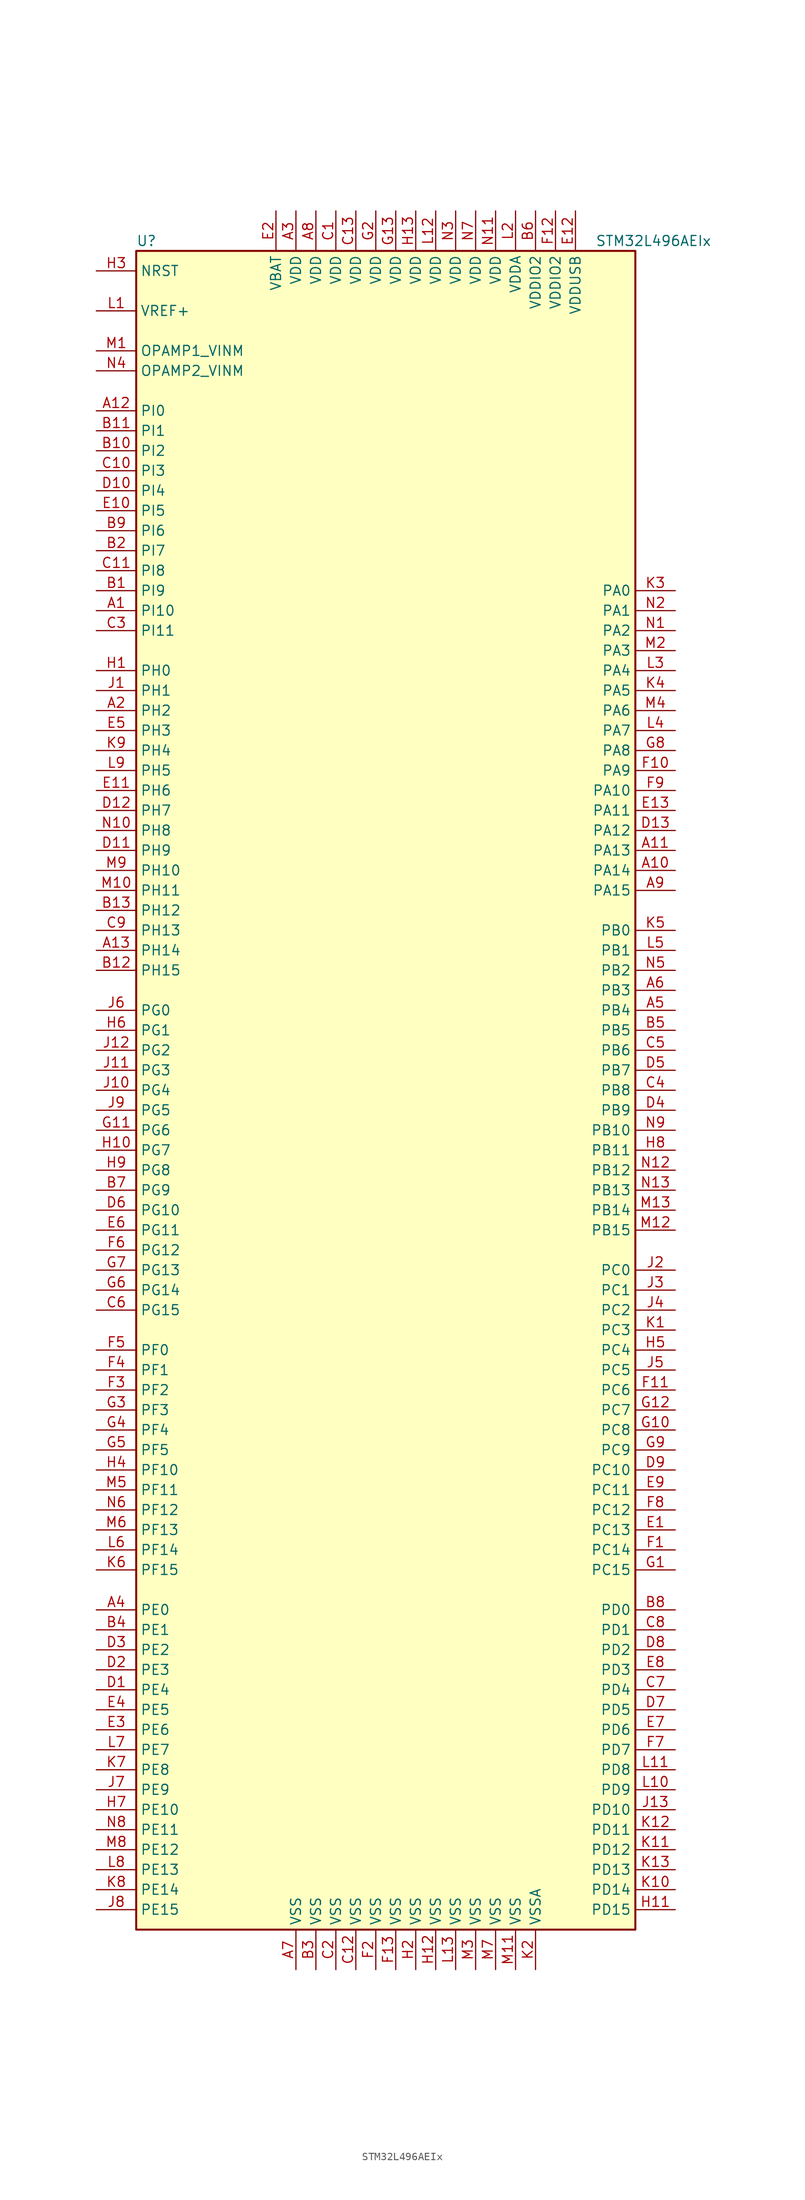
<source format=kicad_sym>
(kicad_symbol_lib
  (version 20201005)
  (generator kicad_symbol_editor)
  (symbol "STM32L496AEIx"
    (property "Reference" "U"
      (at -33.02 107.95 0)
      (effects (font (size 1.27 1.27)) (justify left)))
    (property "Value" "STM32L496AEIx"
      (at 25.4 107.95 0)
      (effects (font (size 1.27 1.27)) (justify left)))
    (symbol "STM32L496AEIx_0_1"
      (rectangle (start -33.02 -106.68) (end 30.48 106.68) (stroke (width 0.254)) (fill (type background))))
    (symbol "STM32L496AEIx_1_1"
      (pin input line (at -38.1 104.14 0) (length 5.08) (name "NRST" (effects (font (size 1.27 1.27)))) (number "H3" (effects (font (size 1.27 1.27)))))
      (pin bidirectional line (at -38.1 93.98 0) (length 5.08) (name "OPAMP1_VINM" (effects (font (size 1.27 1.27)))) (number "M1" (effects (font (size 1.27 1.27)))))
      (pin bidirectional line (at -38.1 91.44 0) (length 5.08) (name "OPAMP2_VINM" (effects (font (size 1.27 1.27)))) (number "N4" (effects (font (size 1.27 1.27)))))
      (pin bidirectional line (at 35.56 63.5 180) (length 5.08) (name "PA0" (effects (font (size 1.27 1.27)))) (number "K3" (effects (font (size 1.27 1.27)))))
      (pin bidirectional line (at 35.56 60.96 180) (length 5.08) (name "PA1" (effects (font (size 1.27 1.27)))) (number "N2" (effects (font (size 1.27 1.27)))))
      (pin bidirectional line (at 35.56 38.1 180) (length 5.08) (name "PA10" (effects (font (size 1.27 1.27)))) (number "F9" (effects (font (size 1.27 1.27)))))
      (pin bidirectional line (at 35.56 35.56 180) (length 5.08) (name "PA11" (effects (font (size 1.27 1.27)))) (number "E13" (effects (font (size 1.27 1.27)))))
      (pin bidirectional line (at 35.56 33.02 180) (length 5.08) (name "PA12" (effects (font (size 1.27 1.27)))) (number "D13" (effects (font (size 1.27 1.27)))))
      (pin bidirectional line (at 35.56 30.48 180) (length 5.08) (name "PA13" (effects (font (size 1.27 1.27)))) (number "A11" (effects (font (size 1.27 1.27)))))
      (pin bidirectional line (at 35.56 27.94 180) (length 5.08) (name "PA14" (effects (font (size 1.27 1.27)))) (number "A10" (effects (font (size 1.27 1.27)))))
      (pin bidirectional line (at 35.56 25.4 180) (length 5.08) (name "PA15" (effects (font (size 1.27 1.27)))) (number "A9" (effects (font (size 1.27 1.27)))))
      (pin bidirectional line (at 35.56 58.42 180) (length 5.08) (name "PA2" (effects (font (size 1.27 1.27)))) (number "N1" (effects (font (size 1.27 1.27)))))
      (pin bidirectional line (at 35.56 55.88 180) (length 5.08) (name "PA3" (effects (font (size 1.27 1.27)))) (number "M2" (effects (font (size 1.27 1.27)))))
      (pin bidirectional line (at 35.56 53.34 180) (length 5.08) (name "PA4" (effects (font (size 1.27 1.27)))) (number "L3" (effects (font (size 1.27 1.27)))))
      (pin bidirectional line (at 35.56 50.8 180) (length 5.08) (name "PA5" (effects (font (size 1.27 1.27)))) (number "K4" (effects (font (size 1.27 1.27)))))
      (pin bidirectional line (at 35.56 48.26 180) (length 5.08) (name "PA6" (effects (font (size 1.27 1.27)))) (number "M4" (effects (font (size 1.27 1.27)))))
      (pin bidirectional line (at 35.56 45.72 180) (length 5.08) (name "PA7" (effects (font (size 1.27 1.27)))) (number "L4" (effects (font (size 1.27 1.27)))))
      (pin bidirectional line (at 35.56 43.18 180) (length 5.08) (name "PA8" (effects (font (size 1.27 1.27)))) (number "G8" (effects (font (size 1.27 1.27)))))
      (pin bidirectional line (at 35.56 40.64 180) (length 5.08) (name "PA9" (effects (font (size 1.27 1.27)))) (number "F10" (effects (font (size 1.27 1.27)))))
      (pin bidirectional line (at 35.56 20.32 180) (length 5.08) (name "PB0" (effects (font (size 1.27 1.27)))) (number "K5" (effects (font (size 1.27 1.27)))))
      (pin bidirectional line (at 35.56 17.78 180) (length 5.08) (name "PB1" (effects (font (size 1.27 1.27)))) (number "L5" (effects (font (size 1.27 1.27)))))
      (pin bidirectional line (at 35.56 -5.08 180) (length 5.08) (name "PB10" (effects (font (size 1.27 1.27)))) (number "N9" (effects (font (size 1.27 1.27)))))
      (pin bidirectional line (at 35.56 -7.62 180) (length 5.08) (name "PB11" (effects (font (size 1.27 1.27)))) (number "H8" (effects (font (size 1.27 1.27)))))
      (pin bidirectional line (at 35.56 -10.16 180) (length 5.08) (name "PB12" (effects (font (size 1.27 1.27)))) (number "N12" (effects (font (size 1.27 1.27)))))
      (pin bidirectional line (at 35.56 -12.7 180) (length 5.08) (name "PB13" (effects (font (size 1.27 1.27)))) (number "N13" (effects (font (size 1.27 1.27)))))
      (pin bidirectional line (at 35.56 -15.24 180) (length 5.08) (name "PB14" (effects (font (size 1.27 1.27)))) (number "M13" (effects (font (size 1.27 1.27)))))
      (pin bidirectional line (at 35.56 -17.78 180) (length 5.08) (name "PB15" (effects (font (size 1.27 1.27)))) (number "M12" (effects (font (size 1.27 1.27)))))
      (pin bidirectional line (at 35.56 15.24 180) (length 5.08) (name "PB2" (effects (font (size 1.27 1.27)))) (number "N5" (effects (font (size 1.27 1.27)))))
      (pin bidirectional line (at 35.56 12.7 180) (length 5.08) (name "PB3" (effects (font (size 1.27 1.27)))) (number "A6" (effects (font (size 1.27 1.27)))))
      (pin bidirectional line (at 35.56 10.16 180) (length 5.08) (name "PB4" (effects (font (size 1.27 1.27)))) (number "A5" (effects (font (size 1.27 1.27)))))
      (pin bidirectional line (at 35.56 7.62 180) (length 5.08) (name "PB5" (effects (font (size 1.27 1.27)))) (number "B5" (effects (font (size 1.27 1.27)))))
      (pin bidirectional line (at 35.56 5.08 180) (length 5.08) (name "PB6" (effects (font (size 1.27 1.27)))) (number "C5" (effects (font (size 1.27 1.27)))))
      (pin bidirectional line (at 35.56 2.54 180) (length 5.08) (name "PB7" (effects (font (size 1.27 1.27)))) (number "D5" (effects (font (size 1.27 1.27)))))
      (pin bidirectional line (at 35.56 0 180) (length 5.08) (name "PB8" (effects (font (size 1.27 1.27)))) (number "C4" (effects (font (size 1.27 1.27)))))
      (pin bidirectional line (at 35.56 -2.54 180) (length 5.08) (name "PB9" (effects (font (size 1.27 1.27)))) (number "D4" (effects (font (size 1.27 1.27)))))
      (pin bidirectional line (at 35.56 -22.86 180) (length 5.08) (name "PC0" (effects (font (size 1.27 1.27)))) (number "J2" (effects (font (size 1.27 1.27)))))
      (pin bidirectional line (at 35.56 -25.4 180) (length 5.08) (name "PC1" (effects (font (size 1.27 1.27)))) (number "J3" (effects (font (size 1.27 1.27)))))
      (pin bidirectional line (at 35.56 -48.26 180) (length 5.08) (name "PC10" (effects (font (size 1.27 1.27)))) (number "D9" (effects (font (size 1.27 1.27)))))
      (pin bidirectional line (at 35.56 -50.8 180) (length 5.08) (name "PC11" (effects (font (size 1.27 1.27)))) (number "E9" (effects (font (size 1.27 1.27)))))
      (pin bidirectional line (at 35.56 -53.34 180) (length 5.08) (name "PC12" (effects (font (size 1.27 1.27)))) (number "F8" (effects (font (size 1.27 1.27)))))
      (pin bidirectional line (at 35.56 -55.88 180) (length 5.08) (name "PC13" (effects (font (size 1.27 1.27)))) (number "E1" (effects (font (size 1.27 1.27)))))
      (pin bidirectional line (at 35.56 -58.42 180) (length 5.08) (name "PC14" (effects (font (size 1.27 1.27)))) (number "F1" (effects (font (size 1.27 1.27)))))
      (pin bidirectional line (at 35.56 -60.96 180) (length 5.08) (name "PC15" (effects (font (size 1.27 1.27)))) (number "G1" (effects (font (size 1.27 1.27)))))
      (pin bidirectional line (at 35.56 -27.94 180) (length 5.08) (name "PC2" (effects (font (size 1.27 1.27)))) (number "J4" (effects (font (size 1.27 1.27)))))
      (pin bidirectional line (at 35.56 -30.48 180) (length 5.08) (name "PC3" (effects (font (size 1.27 1.27)))) (number "K1" (effects (font (size 1.27 1.27)))))
      (pin bidirectional line (at 35.56 -33.02 180) (length 5.08) (name "PC4" (effects (font (size 1.27 1.27)))) (number "H5" (effects (font (size 1.27 1.27)))))
      (pin bidirectional line (at 35.56 -35.56 180) (length 5.08) (name "PC5" (effects (font (size 1.27 1.27)))) (number "J5" (effects (font (size 1.27 1.27)))))
      (pin bidirectional line (at 35.56 -38.1 180) (length 5.08) (name "PC6" (effects (font (size 1.27 1.27)))) (number "F11" (effects (font (size 1.27 1.27)))))
      (pin bidirectional line (at 35.56 -40.64 180) (length 5.08) (name "PC7" (effects (font (size 1.27 1.27)))) (number "G12" (effects (font (size 1.27 1.27)))))
      (pin bidirectional line (at 35.56 -43.18 180) (length 5.08) (name "PC8" (effects (font (size 1.27 1.27)))) (number "G10" (effects (font (size 1.27 1.27)))))
      (pin bidirectional line (at 35.56 -45.72 180) (length 5.08) (name "PC9" (effects (font (size 1.27 1.27)))) (number "G9" (effects (font (size 1.27 1.27)))))
      (pin bidirectional line (at 35.56 -66.04 180) (length 5.08) (name "PD0" (effects (font (size 1.27 1.27)))) (number "B8" (effects (font (size 1.27 1.27)))))
      (pin bidirectional line (at 35.56 -68.58 180) (length 5.08) (name "PD1" (effects (font (size 1.27 1.27)))) (number "C8" (effects (font (size 1.27 1.27)))))
      (pin bidirectional line (at 35.56 -91.44 180) (length 5.08) (name "PD10" (effects (font (size 1.27 1.27)))) (number "J13" (effects (font (size 1.27 1.27)))))
      (pin bidirectional line (at 35.56 -93.98 180) (length 5.08) (name "PD11" (effects (font (size 1.27 1.27)))) (number "K12" (effects (font (size 1.27 1.27)))))
      (pin bidirectional line (at 35.56 -96.52 180) (length 5.08) (name "PD12" (effects (font (size 1.27 1.27)))) (number "K11" (effects (font (size 1.27 1.27)))))
      (pin bidirectional line (at 35.56 -99.06 180) (length 5.08) (name "PD13" (effects (font (size 1.27 1.27)))) (number "K13" (effects (font (size 1.27 1.27)))))
      (pin bidirectional line (at 35.56 -101.6 180) (length 5.08) (name "PD14" (effects (font (size 1.27 1.27)))) (number "K10" (effects (font (size 1.27 1.27)))))
      (pin bidirectional line (at 35.56 -104.14 180) (length 5.08) (name "PD15" (effects (font (size 1.27 1.27)))) (number "H11" (effects (font (size 1.27 1.27)))))
      (pin bidirectional line (at 35.56 -71.12 180) (length 5.08) (name "PD2" (effects (font (size 1.27 1.27)))) (number "D8" (effects (font (size 1.27 1.27)))))
      (pin bidirectional line (at 35.56 -73.66 180) (length 5.08) (name "PD3" (effects (font (size 1.27 1.27)))) (number "E8" (effects (font (size 1.27 1.27)))))
      (pin bidirectional line (at 35.56 -76.2 180) (length 5.08) (name "PD4" (effects (font (size 1.27 1.27)))) (number "C7" (effects (font (size 1.27 1.27)))))
      (pin bidirectional line (at 35.56 -78.74 180) (length 5.08) (name "PD5" (effects (font (size 1.27 1.27)))) (number "D7" (effects (font (size 1.27 1.27)))))
      (pin bidirectional line (at 35.56 -81.28 180) (length 5.08) (name "PD6" (effects (font (size 1.27 1.27)))) (number "E7" (effects (font (size 1.27 1.27)))))
      (pin bidirectional line (at 35.56 -83.82 180) (length 5.08) (name "PD7" (effects (font (size 1.27 1.27)))) (number "F7" (effects (font (size 1.27 1.27)))))
      (pin bidirectional line (at 35.56 -86.36 180) (length 5.08) (name "PD8" (effects (font (size 1.27 1.27)))) (number "L11" (effects (font (size 1.27 1.27)))))
      (pin bidirectional line (at 35.56 -88.9 180) (length 5.08) (name "PD9" (effects (font (size 1.27 1.27)))) (number "L10" (effects (font (size 1.27 1.27)))))
      (pin bidirectional line (at -38.1 -66.04 0) (length 5.08) (name "PE0" (effects (font (size 1.27 1.27)))) (number "A4" (effects (font (size 1.27 1.27)))))
      (pin bidirectional line (at -38.1 -68.58 0) (length 5.08) (name "PE1" (effects (font (size 1.27 1.27)))) (number "B4" (effects (font (size 1.27 1.27)))))
      (pin bidirectional line (at -38.1 -91.44 0) (length 5.08) (name "PE10" (effects (font (size 1.27 1.27)))) (number "H7" (effects (font (size 1.27 1.27)))))
      (pin bidirectional line (at -38.1 -93.98 0) (length 5.08) (name "PE11" (effects (font (size 1.27 1.27)))) (number "N8" (effects (font (size 1.27 1.27)))))
      (pin bidirectional line (at -38.1 -96.52 0) (length 5.08) (name "PE12" (effects (font (size 1.27 1.27)))) (number "M8" (effects (font (size 1.27 1.27)))))
      (pin bidirectional line (at -38.1 -99.06 0) (length 5.08) (name "PE13" (effects (font (size 1.27 1.27)))) (number "L8" (effects (font (size 1.27 1.27)))))
      (pin bidirectional line (at -38.1 -101.6 0) (length 5.08) (name "PE14" (effects (font (size 1.27 1.27)))) (number "K8" (effects (font (size 1.27 1.27)))))
      (pin bidirectional line (at -38.1 -104.14 0) (length 5.08) (name "PE15" (effects (font (size 1.27 1.27)))) (number "J8" (effects (font (size 1.27 1.27)))))
      (pin bidirectional line (at -38.1 -71.12 0) (length 5.08) (name "PE2" (effects (font (size 1.27 1.27)))) (number "D3" (effects (font (size 1.27 1.27)))))
      (pin bidirectional line (at -38.1 -73.66 0) (length 5.08) (name "PE3" (effects (font (size 1.27 1.27)))) (number "D2" (effects (font (size 1.27 1.27)))))
      (pin bidirectional line (at -38.1 -76.2 0) (length 5.08) (name "PE4" (effects (font (size 1.27 1.27)))) (number "D1" (effects (font (size 1.27 1.27)))))
      (pin bidirectional line (at -38.1 -78.74 0) (length 5.08) (name "PE5" (effects (font (size 1.27 1.27)))) (number "E4" (effects (font (size 1.27 1.27)))))
      (pin bidirectional line (at -38.1 -81.28 0) (length 5.08) (name "PE6" (effects (font (size 1.27 1.27)))) (number "E3" (effects (font (size 1.27 1.27)))))
      (pin bidirectional line (at -38.1 -83.82 0) (length 5.08) (name "PE7" (effects (font (size 1.27 1.27)))) (number "L7" (effects (font (size 1.27 1.27)))))
      (pin bidirectional line (at -38.1 -86.36 0) (length 5.08) (name "PE8" (effects (font (size 1.27 1.27)))) (number "K7" (effects (font (size 1.27 1.27)))))
      (pin bidirectional line (at -38.1 -88.9 0) (length 5.08) (name "PE9" (effects (font (size 1.27 1.27)))) (number "J7" (effects (font (size 1.27 1.27)))))
      (pin bidirectional line (at -38.1 -33.02 0) (length 5.08) (name "PF0" (effects (font (size 1.27 1.27)))) (number "F5" (effects (font (size 1.27 1.27)))))
      (pin bidirectional line (at -38.1 -35.56 0) (length 5.08) (name "PF1" (effects (font (size 1.27 1.27)))) (number "F4" (effects (font (size 1.27 1.27)))))
      (pin bidirectional line (at -38.1 -48.26 0) (length 5.08) (name "PF10" (effects (font (size 1.27 1.27)))) (number "H4" (effects (font (size 1.27 1.27)))))
      (pin bidirectional line (at -38.1 -50.8 0) (length 5.08) (name "PF11" (effects (font (size 1.27 1.27)))) (number "M5" (effects (font (size 1.27 1.27)))))
      (pin bidirectional line (at -38.1 -53.34 0) (length 5.08) (name "PF12" (effects (font (size 1.27 1.27)))) (number "N6" (effects (font (size 1.27 1.27)))))
      (pin bidirectional line (at -38.1 -55.88 0) (length 5.08) (name "PF13" (effects (font (size 1.27 1.27)))) (number "M6" (effects (font (size 1.27 1.27)))))
      (pin bidirectional line (at -38.1 -58.42 0) (length 5.08) (name "PF14" (effects (font (size 1.27 1.27)))) (number "L6" (effects (font (size 1.27 1.27)))))
      (pin bidirectional line (at -38.1 -60.96 0) (length 5.08) (name "PF15" (effects (font (size 1.27 1.27)))) (number "K6" (effects (font (size 1.27 1.27)))))
      (pin bidirectional line (at -38.1 -38.1 0) (length 5.08) (name "PF2" (effects (font (size 1.27 1.27)))) (number "F3" (effects (font (size 1.27 1.27)))))
      (pin bidirectional line (at -38.1 -40.64 0) (length 5.08) (name "PF3" (effects (font (size 1.27 1.27)))) (number "G3" (effects (font (size 1.27 1.27)))))
      (pin bidirectional line (at -38.1 -43.18 0) (length 5.08) (name "PF4" (effects (font (size 1.27 1.27)))) (number "G4" (effects (font (size 1.27 1.27)))))
      (pin bidirectional line (at -38.1 -45.72 0) (length 5.08) (name "PF5" (effects (font (size 1.27 1.27)))) (number "G5" (effects (font (size 1.27 1.27)))))
      (pin bidirectional line (at -38.1 10.16 0) (length 5.08) (name "PG0" (effects (font (size 1.27 1.27)))) (number "J6" (effects (font (size 1.27 1.27)))))
      (pin bidirectional line (at -38.1 7.62 0) (length 5.08) (name "PG1" (effects (font (size 1.27 1.27)))) (number "H6" (effects (font (size 1.27 1.27)))))
      (pin bidirectional line (at -38.1 -15.24 0) (length 5.08) (name "PG10" (effects (font (size 1.27 1.27)))) (number "D6" (effects (font (size 1.27 1.27)))))
      (pin bidirectional line (at -38.1 -17.78 0) (length 5.08) (name "PG11" (effects (font (size 1.27 1.27)))) (number "E6" (effects (font (size 1.27 1.27)))))
      (pin bidirectional line (at -38.1 -20.32 0) (length 5.08) (name "PG12" (effects (font (size 1.27 1.27)))) (number "F6" (effects (font (size 1.27 1.27)))))
      (pin bidirectional line (at -38.1 -22.86 0) (length 5.08) (name "PG13" (effects (font (size 1.27 1.27)))) (number "G7" (effects (font (size 1.27 1.27)))))
      (pin bidirectional line (at -38.1 -25.4 0) (length 5.08) (name "PG14" (effects (font (size 1.27 1.27)))) (number "G6" (effects (font (size 1.27 1.27)))))
      (pin bidirectional line (at -38.1 -27.94 0) (length 5.08) (name "PG15" (effects (font (size 1.27 1.27)))) (number "C6" (effects (font (size 1.27 1.27)))))
      (pin bidirectional line (at -38.1 5.08 0) (length 5.08) (name "PG2" (effects (font (size 1.27 1.27)))) (number "J12" (effects (font (size 1.27 1.27)))))
      (pin bidirectional line (at -38.1 2.54 0) (length 5.08) (name "PG3" (effects (font (size 1.27 1.27)))) (number "J11" (effects (font (size 1.27 1.27)))))
      (pin bidirectional line (at -38.1 0 0) (length 5.08) (name "PG4" (effects (font (size 1.27 1.27)))) (number "J10" (effects (font (size 1.27 1.27)))))
      (pin bidirectional line (at -38.1 -2.54 0) (length 5.08) (name "PG5" (effects (font (size 1.27 1.27)))) (number "J9" (effects (font (size 1.27 1.27)))))
      (pin bidirectional line (at -38.1 -5.08 0) (length 5.08) (name "PG6" (effects (font (size 1.27 1.27)))) (number "G11" (effects (font (size 1.27 1.27)))))
      (pin bidirectional line (at -38.1 -7.62 0) (length 5.08) (name "PG7" (effects (font (size 1.27 1.27)))) (number "H10" (effects (font (size 1.27 1.27)))))
      (pin bidirectional line (at -38.1 -10.16 0) (length 5.08) (name "PG8" (effects (font (size 1.27 1.27)))) (number "H9" (effects (font (size 1.27 1.27)))))
      (pin bidirectional line (at -38.1 -12.7 0) (length 5.08) (name "PG9" (effects (font (size 1.27 1.27)))) (number "B7" (effects (font (size 1.27 1.27)))))
      (pin input line (at -38.1 53.34 0) (length 5.08) (name "PH0" (effects (font (size 1.27 1.27)))) (number "H1" (effects (font (size 1.27 1.27)))))
      (pin input line (at -38.1 50.8 0) (length 5.08) (name "PH1" (effects (font (size 1.27 1.27)))) (number "J1" (effects (font (size 1.27 1.27)))))
      (pin bidirectional line (at -38.1 27.94 0) (length 5.08) (name "PH10" (effects (font (size 1.27 1.27)))) (number "M9" (effects (font (size 1.27 1.27)))))
      (pin bidirectional line (at -38.1 25.4 0) (length 5.08) (name "PH11" (effects (font (size 1.27 1.27)))) (number "M10" (effects (font (size 1.27 1.27)))))
      (pin bidirectional line (at -38.1 22.86 0) (length 5.08) (name "PH12" (effects (font (size 1.27 1.27)))) (number "B13" (effects (font (size 1.27 1.27)))))
      (pin bidirectional line (at -38.1 20.32 0) (length 5.08) (name "PH13" (effects (font (size 1.27 1.27)))) (number "C9" (effects (font (size 1.27 1.27)))))
      (pin bidirectional line (at -38.1 17.78 0) (length 5.08) (name "PH14" (effects (font (size 1.27 1.27)))) (number "A13" (effects (font (size 1.27 1.27)))))
      (pin bidirectional line (at -38.1 15.24 0) (length 5.08) (name "PH15" (effects (font (size 1.27 1.27)))) (number "B12" (effects (font (size 1.27 1.27)))))
      (pin bidirectional line (at -38.1 48.26 0) (length 5.08) (name "PH2" (effects (font (size 1.27 1.27)))) (number "A2" (effects (font (size 1.27 1.27)))))
      (pin bidirectional line (at -38.1 45.72 0) (length 5.08) (name "PH3" (effects (font (size 1.27 1.27)))) (number "E5" (effects (font (size 1.27 1.27)))))
      (pin bidirectional line (at -38.1 43.18 0) (length 5.08) (name "PH4" (effects (font (size 1.27 1.27)))) (number "K9" (effects (font (size 1.27 1.27)))))
      (pin bidirectional line (at -38.1 40.64 0) (length 5.08) (name "PH5" (effects (font (size 1.27 1.27)))) (number "L9" (effects (font (size 1.27 1.27)))))
      (pin bidirectional line (at -38.1 38.1 0) (length 5.08) (name "PH6" (effects (font (size 1.27 1.27)))) (number "E11" (effects (font (size 1.27 1.27)))))
      (pin bidirectional line (at -38.1 35.56 0) (length 5.08) (name "PH7" (effects (font (size 1.27 1.27)))) (number "D12" (effects (font (size 1.27 1.27)))))
      (pin bidirectional line (at -38.1 33.02 0) (length 5.08) (name "PH8" (effects (font (size 1.27 1.27)))) (number "N10" (effects (font (size 1.27 1.27)))))
      (pin bidirectional line (at -38.1 30.48 0) (length 5.08) (name "PH9" (effects (font (size 1.27 1.27)))) (number "D11" (effects (font (size 1.27 1.27)))))
      (pin bidirectional line (at -38.1 86.36 0) (length 5.08) (name "PI0" (effects (font (size 1.27 1.27)))) (number "A12" (effects (font (size 1.27 1.27)))))
      (pin bidirectional line (at -38.1 83.82 0) (length 5.08) (name "PI1" (effects (font (size 1.27 1.27)))) (number "B11" (effects (font (size 1.27 1.27)))))
      (pin bidirectional line (at -38.1 60.96 0) (length 5.08) (name "PI10" (effects (font (size 1.27 1.27)))) (number "A1" (effects (font (size 1.27 1.27)))))
      (pin bidirectional line (at -38.1 58.42 0) (length 5.08) (name "PI11" (effects (font (size 1.27 1.27)))) (number "C3" (effects (font (size 1.27 1.27)))))
      (pin bidirectional line (at -38.1 81.28 0) (length 5.08) (name "PI2" (effects (font (size 1.27 1.27)))) (number "B10" (effects (font (size 1.27 1.27)))))
      (pin bidirectional line (at -38.1 78.74 0) (length 5.08) (name "PI3" (effects (font (size 1.27 1.27)))) (number "C10" (effects (font (size 1.27 1.27)))))
      (pin bidirectional line (at -38.1 76.2 0) (length 5.08) (name "PI4" (effects (font (size 1.27 1.27)))) (number "D10" (effects (font (size 1.27 1.27)))))
      (pin bidirectional line (at -38.1 73.66 0) (length 5.08) (name "PI5" (effects (font (size 1.27 1.27)))) (number "E10" (effects (font (size 1.27 1.27)))))
      (pin bidirectional line (at -38.1 71.12 0) (length 5.08) (name "PI6" (effects (font (size 1.27 1.27)))) (number "B9" (effects (font (size 1.27 1.27)))))
      (pin bidirectional line (at -38.1 68.58 0) (length 5.08) (name "PI7" (effects (font (size 1.27 1.27)))) (number "B2" (effects (font (size 1.27 1.27)))))
      (pin bidirectional line (at -38.1 66.04 0) (length 5.08) (name "PI8" (effects (font (size 1.27 1.27)))) (number "C11" (effects (font (size 1.27 1.27)))))
      (pin bidirectional line (at -38.1 63.5 0) (length 5.08) (name "PI9" (effects (font (size 1.27 1.27)))) (number "B1" (effects (font (size 1.27 1.27)))))
      (pin power_in line (at -15.24 111.76 270) (length 5.08) (name "VBAT" (effects (font (size 1.27 1.27)))) (number "E2" (effects (font (size 1.27 1.27)))))
      (pin power_in line (at -12.7 111.76 270) (length 5.08) (name "VDD" (effects (font (size 1.27 1.27)))) (number "A3" (effects (font (size 1.27 1.27)))))
      (pin power_in line (at -10.16 111.76 270) (length 5.08) (name "VDD" (effects (font (size 1.27 1.27)))) (number "A8" (effects (font (size 1.27 1.27)))))
      (pin power_in line (at -7.62 111.76 270) (length 5.08) (name "VDD" (effects (font (size 1.27 1.27)))) (number "C1" (effects (font (size 1.27 1.27)))))
      (pin power_in line (at -5.08 111.76 270) (length 5.08) (name "VDD" (effects (font (size 1.27 1.27)))) (number "C13" (effects (font (size 1.27 1.27)))))
      (pin power_in line (at 0 111.76 270) (length 5.08) (name "VDD" (effects (font (size 1.27 1.27)))) (number "G13" (effects (font (size 1.27 1.27)))))
      (pin power_in line (at -2.54 111.76 270) (length 5.08) (name "VDD" (effects (font (size 1.27 1.27)))) (number "G2" (effects (font (size 1.27 1.27)))))
      (pin power_in line (at 2.54 111.76 270) (length 5.08) (name "VDD" (effects (font (size 1.27 1.27)))) (number "H13" (effects (font (size 1.27 1.27)))))
      (pin power_in line (at 5.08 111.76 270) (length 5.08) (name "VDD" (effects (font (size 1.27 1.27)))) (number "L12" (effects (font (size 1.27 1.27)))))
      (pin power_in line (at 12.7 111.76 270) (length 5.08) (name "VDD" (effects (font (size 1.27 1.27)))) (number "N11" (effects (font (size 1.27 1.27)))))
      (pin power_in line (at 7.62 111.76 270) (length 5.08) (name "VDD" (effects (font (size 1.27 1.27)))) (number "N3" (effects (font (size 1.27 1.27)))))
      (pin power_in line (at 10.16 111.76 270) (length 5.08) (name "VDD" (effects (font (size 1.27 1.27)))) (number "N7" (effects (font (size 1.27 1.27)))))
      (pin power_in line (at 15.24 111.76 270) (length 5.08) (name "VDDA" (effects (font (size 1.27 1.27)))) (number "L2" (effects (font (size 1.27 1.27)))))
      (pin power_in line (at 17.78 111.76 270) (length 5.08) (name "VDDIO2" (effects (font (size 1.27 1.27)))) (number "B6" (effects (font (size 1.27 1.27)))))
      (pin power_in line (at 20.32 111.76 270) (length 5.08) (name "VDDIO2" (effects (font (size 1.27 1.27)))) (number "F12" (effects (font (size 1.27 1.27)))))
      (pin power_in line (at 22.86 111.76 270) (length 5.08) (name "VDDUSB" (effects (font (size 1.27 1.27)))) (number "E12" (effects (font (size 1.27 1.27)))))
      (pin bidirectional line (at -38.1 99.06 0) (length 5.08) (name "VREF+" (effects (font (size 1.27 1.27)))) (number "L1" (effects (font (size 1.27 1.27)))))
      (pin power_in line (at -12.7 -111.76 90) (length 5.08) (name "VSS" (effects (font (size 1.27 1.27)))) (number "A7" (effects (font (size 1.27 1.27)))))
      (pin power_in line (at -10.16 -111.76 90) (length 5.08) (name "VSS" (effects (font (size 1.27 1.27)))) (number "B3" (effects (font (size 1.27 1.27)))))
      (pin power_in line (at -5.08 -111.76 90) (length 5.08) (name "VSS" (effects (font (size 1.27 1.27)))) (number "C12" (effects (font (size 1.27 1.27)))))
      (pin power_in line (at -7.62 -111.76 90) (length 5.08) (name "VSS" (effects (font (size 1.27 1.27)))) (number "C2" (effects (font (size 1.27 1.27)))))
      (pin power_in line (at 0 -111.76 90) (length 5.08) (name "VSS" (effects (font (size 1.27 1.27)))) (number "F13" (effects (font (size 1.27 1.27)))))
      (pin power_in line (at -2.54 -111.76 90) (length 5.08) (name "VSS" (effects (font (size 1.27 1.27)))) (number "F2" (effects (font (size 1.27 1.27)))))
      (pin power_in line (at 5.08 -111.76 90) (length 5.08) (name "VSS" (effects (font (size 1.27 1.27)))) (number "H12" (effects (font (size 1.27 1.27)))))
      (pin power_in line (at 2.54 -111.76 90) (length 5.08) (name "VSS" (effects (font (size 1.27 1.27)))) (number "H2" (effects (font (size 1.27 1.27)))))
      (pin power_in line (at 7.62 -111.76 90) (length 5.08) (name "VSS" (effects (font (size 1.27 1.27)))) (number "L13" (effects (font (size 1.27 1.27)))))
      (pin power_in line (at 15.24 -111.76 90) (length 5.08) (name "VSS" (effects (font (size 1.27 1.27)))) (number "M11" (effects (font (size 1.27 1.27)))))
      (pin power_in line (at 10.16 -111.76 90) (length 5.08) (name "VSS" (effects (font (size 1.27 1.27)))) (number "M3" (effects (font (size 1.27 1.27)))))
      (pin power_in line (at 12.7 -111.76 90) (length 5.08) (name "VSS" (effects (font (size 1.27 1.27)))) (number "M7" (effects (font (size 1.27 1.27)))))
      (pin power_in line (at 17.78 -111.76 90) (length 5.08) (name "VSSA" (effects (font (size 1.27 1.27)))) (number "K2" (effects (font (size 1.27 1.27))))))))
</source>
